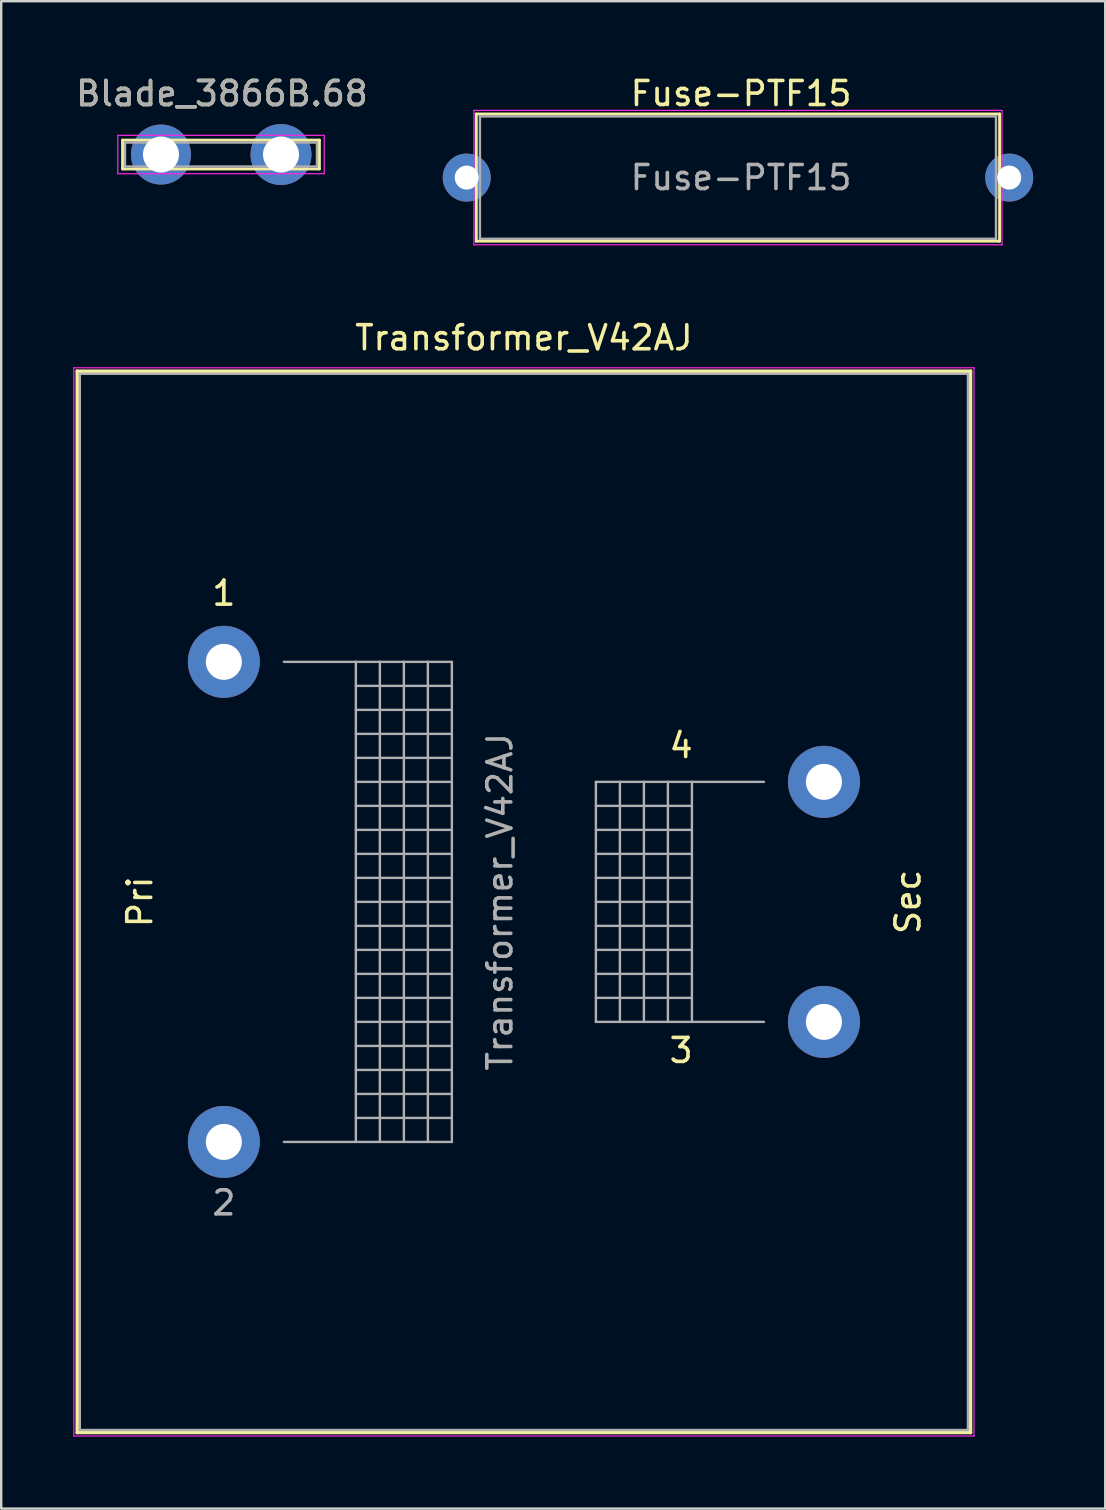
<source format=kicad_pcb>
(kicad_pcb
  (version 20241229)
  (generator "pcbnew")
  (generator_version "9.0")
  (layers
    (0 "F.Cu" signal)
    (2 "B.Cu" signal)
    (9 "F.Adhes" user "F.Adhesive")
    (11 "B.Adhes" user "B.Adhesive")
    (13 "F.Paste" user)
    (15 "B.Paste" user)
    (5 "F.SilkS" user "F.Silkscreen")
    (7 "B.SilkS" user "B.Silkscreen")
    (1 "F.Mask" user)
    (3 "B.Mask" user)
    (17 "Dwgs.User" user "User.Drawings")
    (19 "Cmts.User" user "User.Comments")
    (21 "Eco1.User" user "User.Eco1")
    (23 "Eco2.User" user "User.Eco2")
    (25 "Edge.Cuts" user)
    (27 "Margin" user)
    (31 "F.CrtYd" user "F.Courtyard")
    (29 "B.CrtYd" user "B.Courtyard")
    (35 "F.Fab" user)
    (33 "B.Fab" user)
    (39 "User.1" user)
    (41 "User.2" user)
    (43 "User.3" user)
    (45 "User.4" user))
  (footprint "Transformer_V42AJ"
    (layer "F.Cu")
    (at 6.275 44.522)
    (property "Reference" "Transformer_V42AJ" (at 12.5 -33.5 0) (layer "F.SilkS") (effects (font (size 1 1) (thickness 0.15))))
    (attr through_hole)
    (fp_line (start -6.12 -32.12) (end -6.12 12.12) (stroke (width 0.12) (type solid)) (layer "F.SilkS"))
    (fp_line (start -6.12 -32.12) (end 31.12 -32.12) (stroke (width 0.12) (type solid)) (layer "F.SilkS"))
    (fp_line (start -6.05 -32.05) (end 31.05 -32.05) (stroke (width 0.12) (type solid)) (layer "F.SilkS"))
    (fp_line (start -6.05 12.05) (end -6.05 -32.05) (stroke (width 0.12) (type solid)) (layer "F.SilkS"))
    (fp_line (start 31.05 -32.05) (end 31.05 12.05) (stroke (width 0.12) (type solid)) (layer "F.SilkS"))
    (fp_line (start 31.05 12.05) (end -6.05 12.05) (stroke (width 0.12) (type solid)) (layer "F.SilkS"))
    (fp_line (start 31.12 12.12) (end -6.12 12.12) (stroke (width 0.12) (type solid)) (layer "F.SilkS"))
    (fp_line (start 31.12 12.12) (end 31.12 -32.12) (stroke (width 0.12) (type solid)) (layer "F.SilkS"))
    (fp_line (start -6.25 -32.25) (end -6.25 12.25) (stroke (width 0.05) (type solid)) (layer "F.CrtYd"))
    (fp_line (start -6.25 -32.25) (end 31.25 -32.25) (stroke (width 0.05) (type solid)) (layer "F.CrtYd"))
    (fp_line (start 31.25 12.25) (end -6.25 12.25) (stroke (width 0.05) (type solid)) (layer "F.CrtYd"))
    (fp_line (start 31.25 12.25) (end 31.25 -32.25) (stroke (width 0.05) (type solid)) (layer "F.CrtYd"))
    (fp_line (start -6 -32) (end -6 12) (stroke (width 0.1) (type solid)) (layer "F.Fab"))
    (fp_line (start -6 12) (end 31 12) (stroke (width 0.1) (type solid)) (layer "F.Fab"))
    (fp_line (start 2.5 -20) (end 5.5 -20) (stroke (width 0.1) (type solid)) (layer "F.Fab"))
    (fp_line (start 5.5 -20) (end 5.5 0) (stroke (width 0.1) (type solid)) (layer "F.Fab"))
    (fp_line (start 5.5 -20) (end 6.5 -20) (stroke (width 0.1) (type solid)) (layer "F.Fab"))
    (fp_line (start 5.5 -19) (end 9.5 -19) (stroke (width 0.1) (type solid)) (layer "F.Fab"))
    (fp_line (start 5.5 -18) (end 9.5 -18) (stroke (width 0.1) (type solid)) (layer "F.Fab"))
    (fp_line (start 5.5 -17) (end 9.5 -17) (stroke (width 0.1) (type solid)) (layer "F.Fab"))
    (fp_line (start 5.5 -16) (end 9.5 -16) (stroke (width 0.1) (type solid)) (layer "F.Fab"))
    (fp_line (start 5.5 -15) (end 9.5 -15) (stroke (width 0.1) (type solid)) (layer "F.Fab"))
    (fp_line (start 5.5 -14) (end 9.5 -14) (stroke (width 0.1) (type solid)) (layer "F.Fab"))
    (fp_line (start 5.5 -13) (end 9.5 -13) (stroke (width 0.1) (type solid)) (layer "F.Fab"))
    (fp_line (start 5.5 -12) (end 9.5 -12) (stroke (width 0.1) (type solid)) (layer "F.Fab"))
    (fp_line (start 5.5 -11) (end 9.5 -11) (stroke (width 0.1) (type solid)) (layer "F.Fab"))
    (fp_line (start 5.5 -10) (end 9.5 -10) (stroke (width 0.1) (type solid)) (layer "F.Fab"))
    (fp_line (start 5.5 -9) (end 9.5 -9) (stroke (width 0.1) (type solid)) (layer "F.Fab"))
    (fp_line (start 5.5 -8) (end 9.5 -8) (stroke (width 0.1) (type solid)) (layer "F.Fab"))
    (fp_line (start 5.5 -7) (end 9.5 -7) (stroke (width 0.1) (type solid)) (layer "F.Fab"))
    (fp_line (start 5.5 -6) (end 9.5 -6) (stroke (width 0.1) (type solid)) (layer "F.Fab"))
    (fp_line (start 5.5 -5) (end 9.5 -5) (stroke (width 0.1) (type solid)) (layer "F.Fab"))
    (fp_line (start 5.5 -4) (end 9.5 -4) (stroke (width 0.1) (type solid)) (layer "F.Fab"))
    (fp_line (start 5.5 -3) (end 9.5 -3) (stroke (width 0.1) (type solid)) (layer "F.Fab"))
    (fp_line (start 5.5 -2) (end 9.5 -2) (stroke (width 0.1) (type solid)) (layer "F.Fab"))
    (fp_line (start 5.5 -1) (end 9.5 -1) (stroke (width 0.1) (type solid)) (layer "F.Fab"))
    (fp_line (start 5.5 0) (end 2.5 0) (stroke (width 0.1) (type solid)) (layer "F.Fab"))
    (fp_line (start 6.5 -20) (end 6.5 0) (stroke (width 0.1) (type solid)) (layer "F.Fab"))
    (fp_line (start 6.5 -20) (end 7.5 -20) (stroke (width 0.1) (type solid)) (layer "F.Fab"))
    (fp_line (start 6.5 0) (end 5.5 0) (stroke (width 0.1) (type solid)) (layer "F.Fab"))
    (fp_line (start 7.5 -20) (end 7.5 0) (stroke (width 0.1) (type solid)) (layer "F.Fab"))
    (fp_line (start 7.5 -20) (end 8.5 -20) (stroke (width 0.1) (type solid)) (layer "F.Fab"))
    (fp_line (start 7.5 0) (end 6.5 0) (stroke (width 0.1) (type solid)) (layer "F.Fab"))
    (fp_line (start 8.5 -20) (end 8.5 0) (stroke (width 0.1) (type solid)) (layer "F.Fab"))
    (fp_line (start 8.5 -20) (end 9.5 -20) (stroke (width 0.1) (type solid)) (layer "F.Fab"))
    (fp_line (start 8.5 0) (end 7.5 0) (stroke (width 0.1) (type solid)) (layer "F.Fab"))
    (fp_line (start 9.5 -20) (end 9.5 0) (stroke (width 0.1) (type solid)) (layer "F.Fab"))
    (fp_line (start 9.5 0) (end 8.5 0) (stroke (width 0.1) (type solid)) (layer "F.Fab"))
    (fp_line (start 15.5 -15) (end 15.5 -5) (stroke (width 0.1) (type solid)) (layer "F.Fab"))
    (fp_line (start 15.5 -14) (end 19.5 -14) (stroke (width 0.1) (type solid)) (layer "F.Fab"))
    (fp_line (start 15.5 -12) (end 19.5 -12) (stroke (width 0.1) (type solid)) (layer "F.Fab"))
    (fp_line (start 15.5 -10) (end 19.5 -10) (stroke (width 0.1) (type solid)) (layer "F.Fab"))
    (fp_line (start 15.5 -8) (end 19.5 -8) (stroke (width 0.1) (type solid)) (layer "F.Fab"))
    (fp_line (start 15.5 -6) (end 19.5 -6) (stroke (width 0.1) (type solid)) (layer "F.Fab"))
    (fp_line (start 15.5 -5) (end 16.5 -5) (stroke (width 0.1) (type solid)) (layer "F.Fab"))
    (fp_line (start 16.5 -15) (end 15.5 -15) (stroke (width 0.1) (type solid)) (layer "F.Fab"))
    (fp_line (start 16.5 -15) (end 16.5 -5) (stroke (width 0.1) (type solid)) (layer "F.Fab"))
    (fp_line (start 16.5 -5) (end 17.5 -5) (stroke (width 0.1) (type solid)) (layer "F.Fab"))
    (fp_line (start 17.5 -15) (end 16.5 -15) (stroke (width 0.1) (type solid)) (layer "F.Fab"))
    (fp_line (start 17.5 -15) (end 17.5 -5) (stroke (width 0.1) (type solid)) (layer "F.Fab"))
    (fp_line (start 17.5 -5) (end 18.5 -5) (stroke (width 0.1) (type solid)) (layer "F.Fab"))
    (fp_line (start 18.5 -15) (end 17.5 -15) (stroke (width 0.1) (type solid)) (layer "F.Fab"))
    (fp_line (start 18.5 -15) (end 18.5 -5) (stroke (width 0.1) (type solid)) (layer "F.Fab"))
    (fp_line (start 18.5 -5) (end 19.5 -5) (stroke (width 0.1) (type solid)) (layer "F.Fab"))
    (fp_line (start 19.5 -15) (end 18.5 -15) (stroke (width 0.1) (type solid)) (layer "F.Fab"))
    (fp_line (start 19.5 -15) (end 19.5 -5) (stroke (width 0.1) (type solid)) (layer "F.Fab"))
    (fp_line (start 19.5 -13) (end 15.5 -13) (stroke (width 0.1) (type solid)) (layer "F.Fab"))
    (fp_line (start 19.5 -11) (end 15.5 -11) (stroke (width 0.1) (type solid)) (layer "F.Fab"))
    (fp_line (start 19.5 -9) (end 15.5 -9) (stroke (width 0.1) (type solid)) (layer "F.Fab"))
    (fp_line (start 19.5 -7) (end 15.5 -7) (stroke (width 0.1) (type solid)) (layer "F.Fab"))
    (fp_line (start 19.5 -5) (end 22.5 -5) (stroke (width 0.1) (type solid)) (layer "F.Fab"))
    (fp_line (start 22.5 -15) (end 19.5 -15) (stroke (width 0.1) (type solid)) (layer "F.Fab"))
    (fp_line (start 31 -32) (end -6 -32) (stroke (width 0.1) (type solid)) (layer "F.Fab"))
    (fp_line (start 31 12) (end 31 -32) (stroke (width 0.1) (type solid)) (layer "F.Fab"))
    (fp_text user "1" (at 0 -22.86 0) (layer "F.SilkS") (effects (font (size 1 1) (thickness 0.15))))
    (fp_text user "4" (at 19.05 -16.51 0) (layer "F.SilkS") (effects (font (size 1 1) (thickness 0.15))))
    (fp_text user "3" (at 19.05 -3.81 0) (layer "F.SilkS") (effects (font (size 1 1) (thickness 0.15))))
    (fp_text user "Sec" (at 28.5 -10 90) (layer "F.SilkS") (effects (font (size 1 1) (thickness 0.15))))
    (fp_text user "Pri" (at -3.5 -10 90) (layer "F.SilkS") (effects (font (size 1 1) (thickness 0.15))))
    (fp_text user "${REFERENCE}" (at 11.5 -10 90) (layer "F.Fab") (effects (font (size 1 1) (thickness 0.15))))
    (fp_text user "2" (at 0 2.54 0) (layer "F.Fab") (effects (font (size 1 1) (thickness 0.15))))
    (pad "1" thru_hole circle (at 0 -20) (size 3 3) (drill 1.5) (layers "*.Cu" "*.Mask"))
    (pad "2" thru_hole circle (at 0 0) (size 3 3) (drill 1.5) (layers "*.Cu" "*.Mask"))
    (pad "3" thru_hole circle (at 25 -5) (size 3 3) (drill 1.5) (layers "*.Cu" "*.Mask"))
    (pad "4" thru_hole circle (at 25 -15) (size 3 3) (drill 1.5) (layers "*.Cu" "*.Mask")))
  (footprint "Fuse-PTF15"
    (layer "F.Cu")
    (at 16.393 4.348)
    (property "Reference" "Fuse-PTF15" (at 11.43 -3.5 0) (layer "F.SilkS") (effects (font (size 1 1) (thickness 0.15))))
    (attr through_hole)
    (fp_line (start 0.4 -2.65) (end 0.4 2.65) (stroke (width 0.12) (type solid)) (layer "F.SilkS"))
    (fp_line (start 0.4 -2.65) (end 22.2 -2.65) (stroke (width 0.12) (type solid)) (layer "F.SilkS"))
    (fp_line (start 0.4 2.65) (end 22.2 2.65) (stroke (width 0.12) (type solid)) (layer "F.SilkS"))
    (fp_line (start 22.2 2.65) (end 22.2 -2.65) (stroke (width 0.12) (type solid)) (layer "F.SilkS"))
    (fp_line (start 0.3 -2.8) (end 0.3 2.8) (stroke (width 0.05) (type solid)) (layer "F.CrtYd"))
    (fp_line (start 0.3 -2.8) (end 22.3 -2.8) (stroke (width 0.05) (type solid)) (layer "F.CrtYd"))
    (fp_line (start 0.3 2.8) (end 22.3 2.8) (stroke (width 0.05) (type solid)) (layer "F.CrtYd"))
    (fp_line (start 22.3 2.8) (end 22.3 -2.8) (stroke (width 0.05) (type solid)) (layer "F.CrtYd"))
    (fp_line (start 0.55 -2.55) (end 0.55 2.55) (stroke (width 0.1) (type solid)) (layer "F.Fab"))
    (fp_line (start 0.55 -2.55) (end 22.05 -2.55) (stroke (width 0.1) (type solid)) (layer "F.Fab"))
    (fp_line (start 0.55 2.55) (end 22.05 2.55) (stroke (width 0.1) (type solid)) (layer "F.Fab"))
    (fp_line (start 22.05 2.55) (end 22.05 -2.55) (stroke (width 0.1) (type solid)) (layer "F.Fab"))
    (fp_text user "${REFERENCE}" (at 11.43 0 0) (layer "F.Fab") (effects (font (size 1 1) (thickness 0.15))))
    (pad "1" thru_hole circle (at 0 0) (size 2 2) (drill 1) (layers "*.Cu" "*.Mask"))
    (pad "2" thru_hole circle (at 22.6 0) (size 2 2) (drill 1) (layers "*.Cu" "*.Mask")))
  (footprint "Blade_3866B.68"
    (layer "F.Cu")
    (at 3.656 3.388)
    (property "Reference" "Blade_3866B.68" (at 2.54 -2.54 0) (layer "F.SilkS") (effects (font (size 1 1) (thickness 0.15))))
    (attr through_hole)
    (fp_line (start -1.6 -0.6) (end 6.6 -0.6) (stroke (width 0.12) (type solid)) (layer "F.SilkS"))
    (fp_line (start -1.6 0.6) (end -1.6 -0.6) (stroke (width 0.12) (type solid)) (layer "F.SilkS"))
    (fp_line (start -1.6 0.6) (end 6.6 0.6) (stroke (width 0.12) (type solid)) (layer "F.SilkS"))
    (fp_line (start 6.6 -0.6) (end 6.6 0.6) (stroke (width 0.12) (type solid)) (layer "F.SilkS"))
    (fp_line (start -1.8 -0.8) (end -1.8 0.8) (stroke (width 0.05) (type solid)) (layer "F.CrtYd"))
    (fp_line (start -1.8 -0.8) (end 6.8 -0.8) (stroke (width 0.05) (type solid)) (layer "F.CrtYd"))
    (fp_line (start -1.8 0.8) (end 6.8 0.8) (stroke (width 0.05) (type solid)) (layer "F.CrtYd"))
    (fp_line (start 6.8 -0.8) (end 6.8 0.8) (stroke (width 0.05) (type solid)) (layer "F.CrtYd"))
    (fp_line (start -1.5 -0.5) (end -1.5 0.5) (stroke (width 0.1) (type solid)) (layer "F.Fab"))
    (fp_line (start -1.5 -0.5) (end 6.5 -0.5) (stroke (width 0.1) (type solid)) (layer "F.Fab"))
    (fp_line (start -1.5 0.5) (end 6.5 0.5) (stroke (width 0.1) (type solid)) (layer "F.Fab"))
    (fp_line (start 6.5 -0.5) (end 6.5 0.5) (stroke (width 0.1) (type solid)) (layer "F.Fab"))
    (fp_text user "${REFERENCE}" (at 2.54 -2.54 0) (layer "F.Fab") (effects (font (size 1 1) (thickness 0.15))))
    (pad "1" thru_hole circle (at 0 0) (size 2.5 2.5) (drill 1.5) (layers "*.Cu" "*.Mask"))
    (pad "1" thru_hole circle (at 5 0) (size 2.54 2.54) (drill 1.5) (layers "*.Cu" "*.Mask")))
  (gr_rect
    (start -3 -3)
    (end 42.993 59.797)
    (stroke (width 0.1) (type default))
    (fill no)
    (layer "Edge.Cuts")))
</source>
